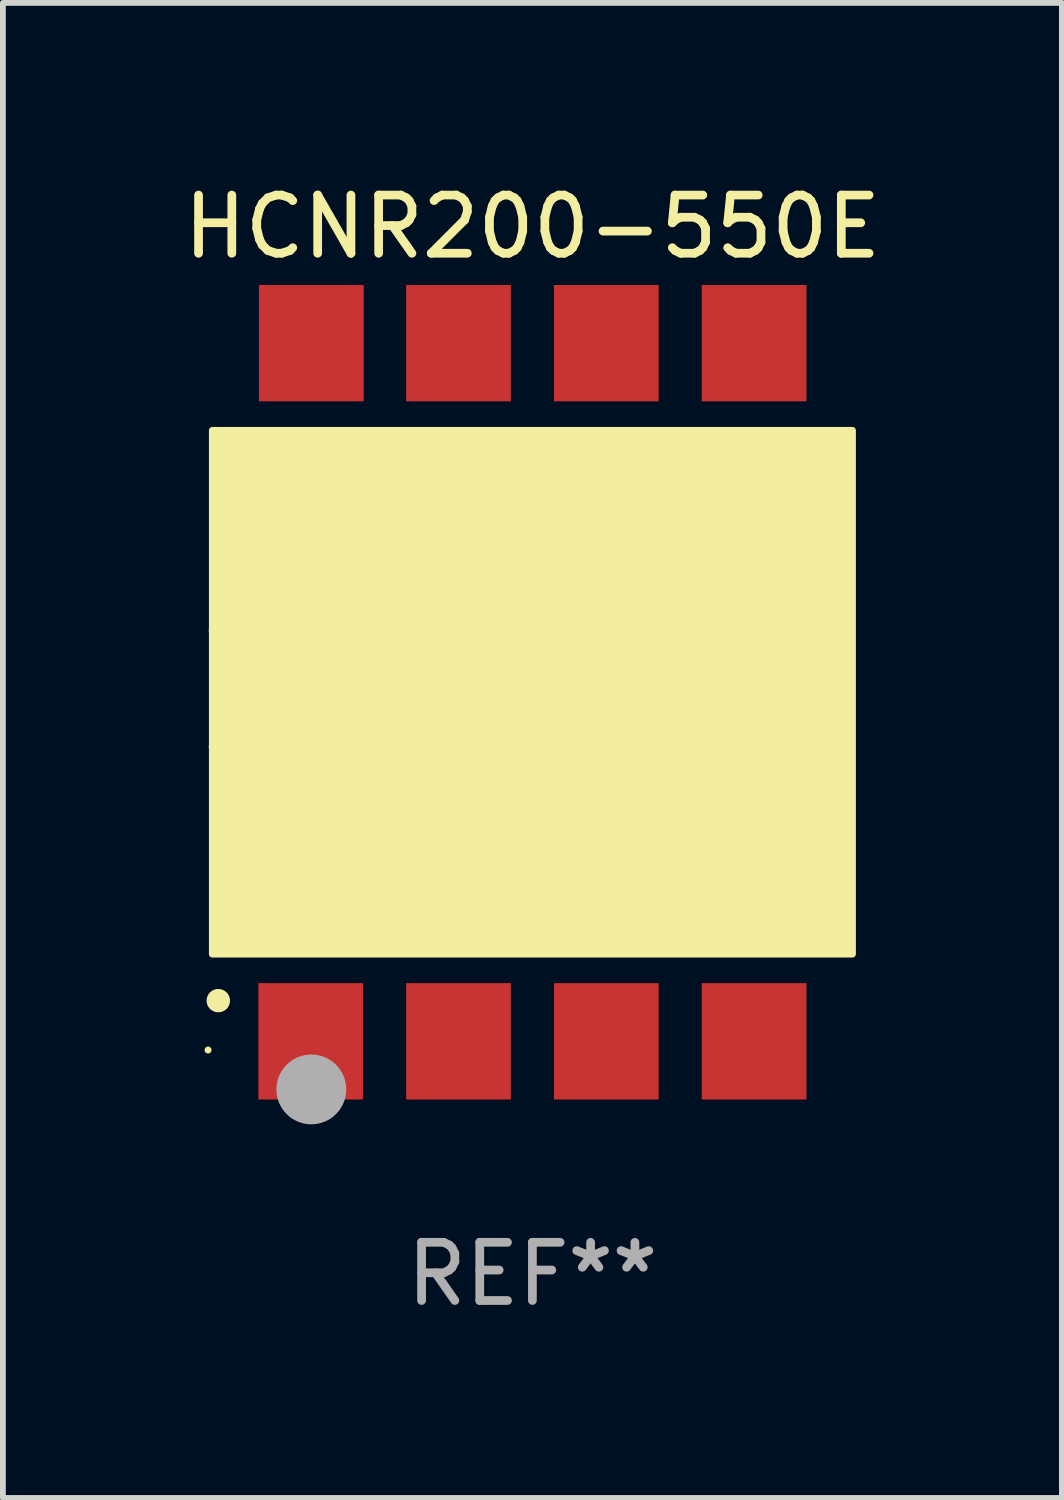
<source format=kicad_pcb>
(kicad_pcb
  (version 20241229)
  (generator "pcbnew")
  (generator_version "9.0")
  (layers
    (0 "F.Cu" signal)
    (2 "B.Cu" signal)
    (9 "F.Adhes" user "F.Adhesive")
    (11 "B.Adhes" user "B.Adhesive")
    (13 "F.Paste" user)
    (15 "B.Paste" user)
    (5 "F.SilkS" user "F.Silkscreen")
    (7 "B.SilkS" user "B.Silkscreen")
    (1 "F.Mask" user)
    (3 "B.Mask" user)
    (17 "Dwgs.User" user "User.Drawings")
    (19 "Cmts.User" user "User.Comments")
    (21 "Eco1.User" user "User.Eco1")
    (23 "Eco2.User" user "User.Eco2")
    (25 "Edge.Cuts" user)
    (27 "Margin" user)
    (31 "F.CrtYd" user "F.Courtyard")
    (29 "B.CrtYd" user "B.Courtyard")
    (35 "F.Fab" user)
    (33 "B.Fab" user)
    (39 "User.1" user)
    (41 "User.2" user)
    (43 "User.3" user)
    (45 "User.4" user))
  (footprint "HCNR200-550E"
    (layer "F.Cu")
    (at 6.101 8.848)
    (property "Reference" "HCNR200-550E" (at 0 -8 0) (layer "F.SilkS") (effects (font (size 1 1) (thickness 0.15))))
    (attr through_hole)
    (fp_arc (start -5.43561 -1.061722) (mid -4.435608 -0.06096) (end -5.435611 0.939802) (stroke (width 0.254001) (type solid)) (layer "F.SilkS"))
    (fp_arc (start -5.400051 5.300991) (mid -5.398781 5.300987) (end -5.397511 5.300991) (stroke (width 0.4) (type solid)) (layer "F.SilkS"))
    (fp_circle (center -5.575 6.15) (end -5.545 6.15) (stroke (width 0.06) (type solid)) (fill no) (layer "F.SilkS"))
    (fp_poly (pts (xy -5.5 -4.5) (xy 5.5 -4.5) (xy 5.5 4.5) (xy -5.5 4.5)) (stroke (width 0.12) (type solid)) (fill yes) (layer "F.SilkS"))
    (fp_circle (center -3.8 6.827) (end -3.5 6.827) (stroke (width 0.6) (type solid)) (fill no) (layer "F.Fab"))
    (fp_text user "REF**" (at 0 10 0) (layer "F.Fab") (effects (font (size 1 1) (thickness 0.15))))
    (pad "1" smd rect (at -3.81 6) (size 1.8 2) (layers "F.Cu" "F.Mask" "F.Paste"))
    (pad "2" smd rect (at -1.27 6) (size 1.8 2) (layers "F.Cu" "F.Mask" "F.Paste"))
    (pad "3" smd rect (at 1.27 6) (size 1.8 2) (layers "F.Cu" "F.Mask" "F.Paste"))
    (pad "4" smd rect (at 3.81 6) (size 1.8 2) (layers "F.Cu" "F.Mask" "F.Paste"))
    (pad "5" smd rect (at 3.81 -6 180) (size 1.8 2) (layers "F.Cu" "F.Mask" "F.Paste"))
    (pad "6" smd rect (at 1.27 -6 180) (size 1.8 2) (layers "F.Cu" "F.Mask" "F.Paste"))
    (pad "7" smd rect (at -1.27 -6 180) (size 1.8 2) (layers "F.Cu" "F.Mask" "F.Paste"))
    (pad "8" smd rect (at -3.8 -6 180) (size 1.8 2) (layers "F.Cu" "F.Mask" "F.Paste")))
  (gr_rect
    (start -3 -3)
    (end 15.202 22.697)
    (stroke (width 0.1) (type default))
    (fill no)
    (layer "Edge.Cuts")))
</source>
